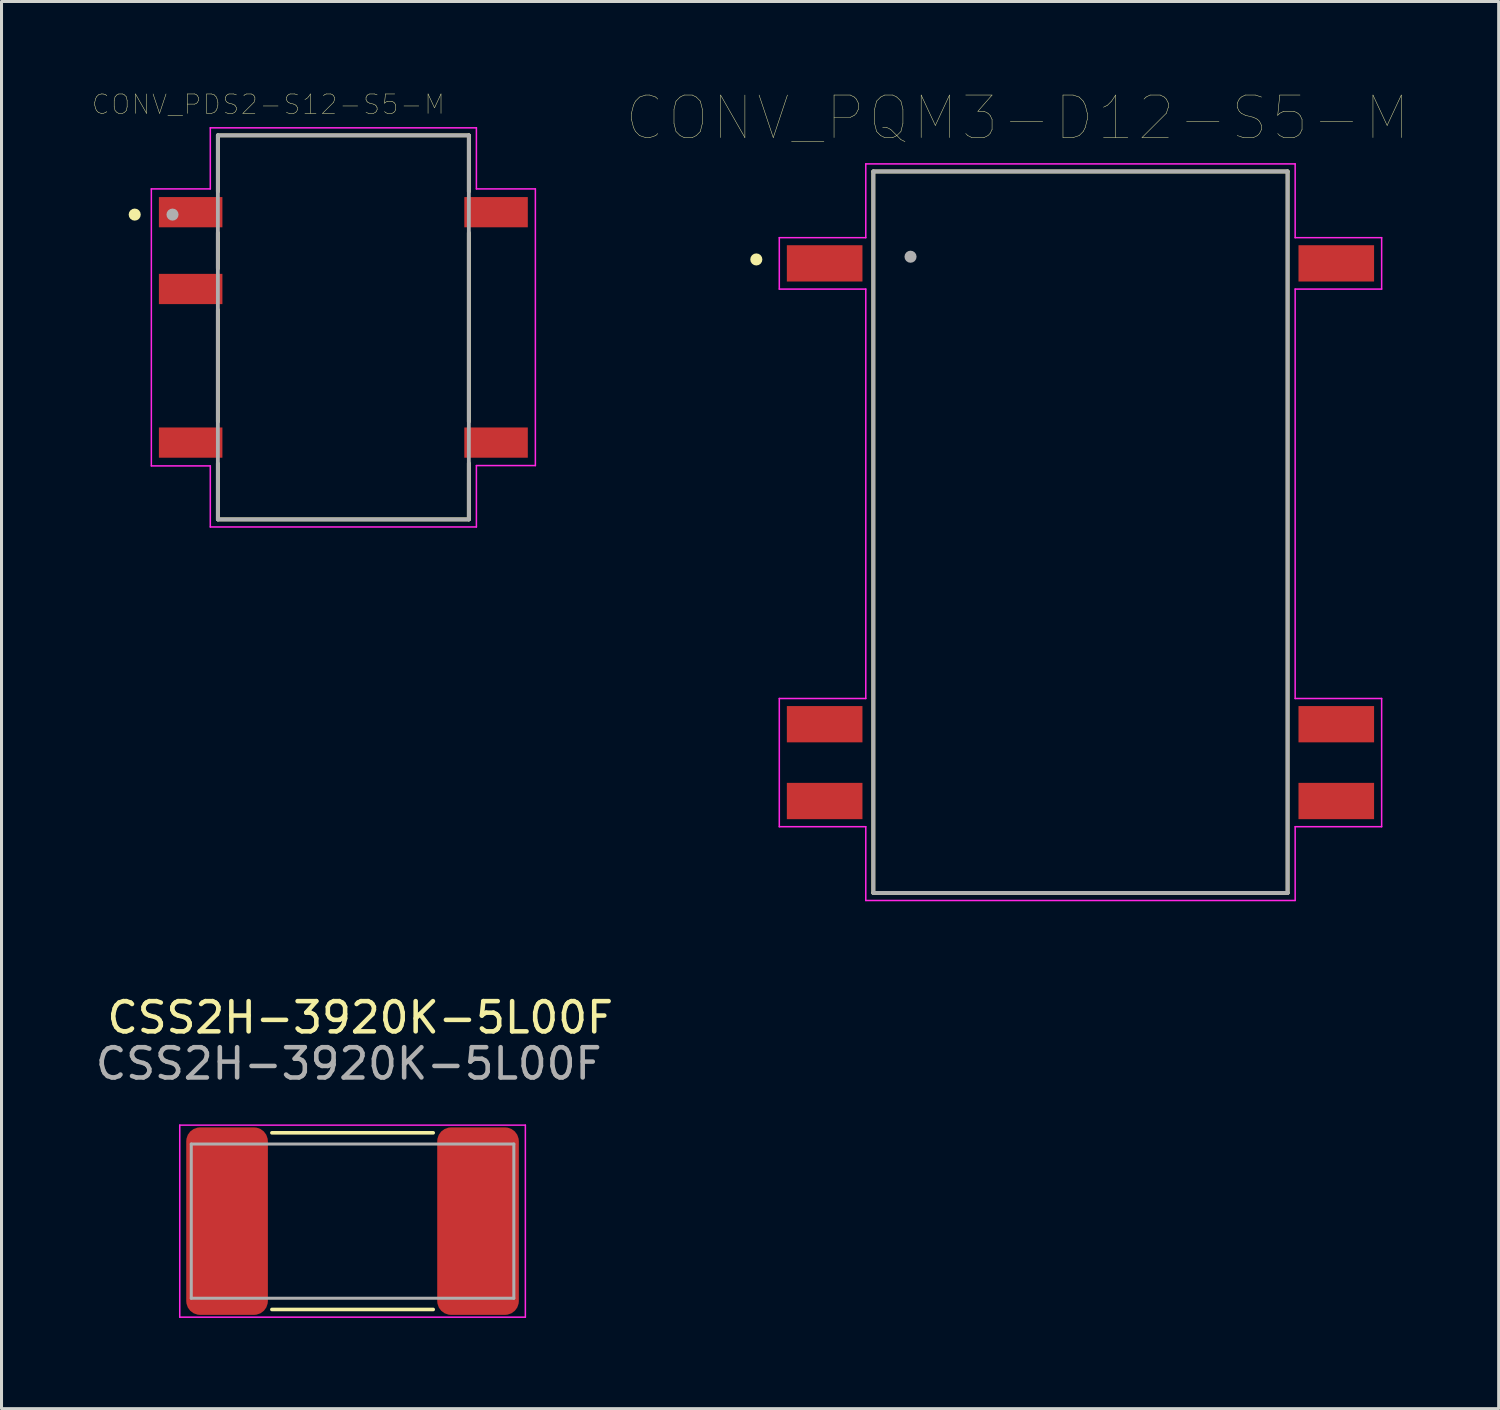
<source format=kicad_pcb>
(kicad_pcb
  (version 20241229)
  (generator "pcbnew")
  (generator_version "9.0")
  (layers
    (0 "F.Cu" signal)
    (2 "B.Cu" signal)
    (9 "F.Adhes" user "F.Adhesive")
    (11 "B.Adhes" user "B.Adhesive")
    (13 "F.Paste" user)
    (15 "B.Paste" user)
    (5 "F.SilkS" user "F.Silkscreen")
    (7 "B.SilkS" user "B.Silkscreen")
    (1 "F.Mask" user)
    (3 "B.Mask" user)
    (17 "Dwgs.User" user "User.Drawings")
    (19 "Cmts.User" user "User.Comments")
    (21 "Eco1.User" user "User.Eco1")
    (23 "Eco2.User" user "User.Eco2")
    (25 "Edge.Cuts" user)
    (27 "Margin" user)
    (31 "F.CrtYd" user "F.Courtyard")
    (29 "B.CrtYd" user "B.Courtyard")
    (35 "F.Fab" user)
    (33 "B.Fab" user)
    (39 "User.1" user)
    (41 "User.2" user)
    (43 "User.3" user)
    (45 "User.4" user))
  (footprint "CONV_PQM3-D12-S5-M"
    (layer "F.Cu")
    (at 32.682 14.55)
    (property "Reference" "CONV_PQM3-D12-S5-M" (at -2.086 -13.7 0) (layer "F.SilkS") (effects (font (size 1.407 1.407) (thickness 0.015))))
    (attr through_hole)
    (fp_line (start -6.85 -11.93) (end -6.85 11.93) (stroke (width 0.127) (type solid)) (layer "F.SilkS"))
    (fp_line (start -6.85 11.93) (end 6.85 11.93) (stroke (width 0.127) (type solid)) (layer "F.SilkS"))
    (fp_line (start 6.85 -11.93) (end -6.85 -11.93) (stroke (width 0.127) (type solid)) (layer "F.SilkS"))
    (fp_line (start 6.85 11.93) (end 6.85 -11.93) (stroke (width 0.127) (type solid)) (layer "F.SilkS"))
    (fp_circle (center -10.72 -9.02) (end -10.62 -9.02) (stroke (width 0.2) (type solid)) (fill no) (layer "F.SilkS"))
    (fp_line (start -9.96 -8.04) (end -9.96 -9.74) (stroke (width 0.05) (type solid)) (layer "F.CrtYd"))
    (fp_line (start -9.96 -8.04) (end -7.1 -8.04) (stroke (width 0.05) (type solid)) (layer "F.CrtYd"))
    (fp_line (start -9.96 5.5) (end -9.96 9.74) (stroke (width 0.05) (type solid)) (layer "F.CrtYd"))
    (fp_line (start -9.96 9.74) (end -7.1 9.74) (stroke (width 0.05) (type solid)) (layer "F.CrtYd"))
    (fp_line (start -7.1 -12.18) (end -7.1 -9.74) (stroke (width 0.05) (type solid)) (layer "F.CrtYd"))
    (fp_line (start -7.1 -9.74) (end -9.96 -9.74) (stroke (width 0.05) (type solid)) (layer "F.CrtYd"))
    (fp_line (start -7.1 -8.04) (end -7.1 5.5) (stroke (width 0.05) (type solid)) (layer "F.CrtYd"))
    (fp_line (start -7.1 5.5) (end -9.96 5.5) (stroke (width 0.05) (type solid)) (layer "F.CrtYd"))
    (fp_line (start -7.1 9.74) (end -7.1 12.18) (stroke (width 0.05) (type solid)) (layer "F.CrtYd"))
    (fp_line (start -7.1 12.18) (end 7.1 12.18) (stroke (width 0.05) (type solid)) (layer "F.CrtYd"))
    (fp_line (start 7.1 -12.18) (end -7.1 -12.18) (stroke (width 0.05) (type solid)) (layer "F.CrtYd"))
    (fp_line (start 7.1 -9.74) (end 7.1 -12.18) (stroke (width 0.05) (type solid)) (layer "F.CrtYd"))
    (fp_line (start 7.1 -8.04) (end 9.96 -8.04) (stroke (width 0.05) (type solid)) (layer "F.CrtYd"))
    (fp_line (start 7.1 5.5) (end 7.1 -8.04) (stroke (width 0.05) (type solid)) (layer "F.CrtYd"))
    (fp_line (start 7.1 9.74) (end 9.96 9.74) (stroke (width 0.05) (type solid)) (layer "F.CrtYd"))
    (fp_line (start 7.1 12.18) (end 7.1 9.74) (stroke (width 0.05) (type solid)) (layer "F.CrtYd"))
    (fp_line (start 9.96 -9.74) (end 7.1 -9.74) (stroke (width 0.05) (type solid)) (layer "F.CrtYd"))
    (fp_line (start 9.96 -8.04) (end 9.96 -9.74) (stroke (width 0.05) (type solid)) (layer "F.CrtYd"))
    (fp_line (start 9.96 5.5) (end 7.1 5.5) (stroke (width 0.05) (type solid)) (layer "F.CrtYd"))
    (fp_line (start 9.96 9.74) (end 9.96 5.5) (stroke (width 0.05) (type solid)) (layer "F.CrtYd"))
    (fp_line (start -6.85 -11.93) (end -6.85 11.93) (stroke (width 0.127) (type solid)) (layer "F.Fab"))
    (fp_line (start -6.85 11.93) (end 6.85 11.93) (stroke (width 0.127) (type solid)) (layer "F.Fab"))
    (fp_line (start 6.85 -11.93) (end -6.85 -11.93) (stroke (width 0.127) (type solid)) (layer "F.Fab"))
    (fp_line (start 6.85 11.93) (end 6.85 -11.93) (stroke (width 0.127) (type solid)) (layer "F.Fab"))
    (fp_circle (center -5.62 -9.11) (end -5.52 -9.11) (stroke (width 0.2) (type solid)) (fill no) (layer "F.Fab"))
    (pad "1" smd rect (at -8.46 -8.89) (size 2.5 1.2) (layers "F.Cu" "F.Mask" "F.Paste"))
    (pad "7" smd rect (at -8.46 6.35) (size 2.5 1.2) (layers "F.Cu" "F.Mask" "F.Paste"))
    (pad "8" smd rect (at -8.46 8.89) (size 2.5 1.2) (layers "F.Cu" "F.Mask" "F.Paste"))
    (pad "9" smd rect (at 8.46 8.89) (size 2.5 1.2) (layers "F.Cu" "F.Mask" "F.Paste"))
    (pad "10" smd rect (at 8.46 6.35) (size 2.5 1.2) (layers "F.Cu" "F.Mask" "F.Paste"))
    (pad "16" smd rect (at 8.46 -8.89) (size 2.5 1.2) (layers "F.Cu" "F.Mask" "F.Paste")))
  (footprint "CONV_PDS2-S12-S5-M"
    (layer "F.Cu")
    (at 8.305 7.777)
    (property "Reference" "CONV_PDS2-S12-S5-M" (at -2.481 -7.374 0) (layer "F.SilkS") (effects (font (size 0.643 0.643) (thickness 0.015))))
    (attr through_hole)
    (fp_line (start -4.15 -6.35) (end -4.15 -4.49) (stroke (width 0.127) (type solid)) (layer "F.SilkS"))
    (fp_line (start -4.15 -6.35) (end 4.15 -6.35) (stroke (width 0.127) (type solid)) (layer "F.SilkS"))
    (fp_line (start -4.15 -3.13) (end -4.15 -1.95) (stroke (width 0.127) (type solid)) (layer "F.SilkS"))
    (fp_line (start -4.15 -0.58) (end -4.15 3.12) (stroke (width 0.127) (type solid)) (layer "F.SilkS"))
    (fp_line (start -4.15 6.35) (end -4.15 4.5) (stroke (width 0.127) (type solid)) (layer "F.SilkS"))
    (fp_line (start 4.15 -6.35) (end 4.15 -4.49) (stroke (width 0.127) (type solid)) (layer "F.SilkS"))
    (fp_line (start 4.15 3.12) (end 4.15 -3.13) (stroke (width 0.127) (type solid)) (layer "F.SilkS"))
    (fp_line (start 4.15 6.35) (end -4.15 6.35) (stroke (width 0.127) (type solid)) (layer "F.SilkS"))
    (fp_line (start 4.15 6.35) (end 4.15 4.49) (stroke (width 0.127) (type solid)) (layer "F.SilkS"))
    (fp_circle (center -6.9 -3.73) (end -6.8 -3.73) (stroke (width 0.2) (type solid)) (fill no) (layer "F.SilkS"))
    (fp_line (start -6.35 -4.58) (end -4.4 -4.58) (stroke (width 0.05) (type solid)) (layer "F.CrtYd"))
    (fp_line (start -6.35 4.58) (end -6.35 -4.58) (stroke (width 0.05) (type solid)) (layer "F.CrtYd"))
    (fp_line (start -4.4 -6.6) (end 4.4 -6.6) (stroke (width 0.05) (type solid)) (layer "F.CrtYd"))
    (fp_line (start -4.4 -4.58) (end -4.4 -6.6) (stroke (width 0.05) (type solid)) (layer "F.CrtYd"))
    (fp_line (start -4.4 4.58) (end -6.35 4.58) (stroke (width 0.05) (type solid)) (layer "F.CrtYd"))
    (fp_line (start -4.4 6.6) (end -4.4 4.58) (stroke (width 0.05) (type solid)) (layer "F.CrtYd"))
    (fp_line (start 4.4 -6.6) (end 4.4 -4.58) (stroke (width 0.05) (type solid)) (layer "F.CrtYd"))
    (fp_line (start 4.4 -4.58) (end 6.35 -4.58) (stroke (width 0.05) (type solid)) (layer "F.CrtYd"))
    (fp_line (start 4.4 4.57) (end 4.4 6.6) (stroke (width 0.05) (type solid)) (layer "F.CrtYd"))
    (fp_line (start 4.4 6.6) (end -4.4 6.6) (stroke (width 0.05) (type solid)) (layer "F.CrtYd"))
    (fp_line (start 6.35 -4.58) (end 6.35 4.57) (stroke (width 0.05) (type solid)) (layer "F.CrtYd"))
    (fp_line (start 6.35 4.57) (end 4.4 4.57) (stroke (width 0.05) (type solid)) (layer "F.CrtYd"))
    (fp_line (start -4.15 -6.35) (end 4.15 -6.35) (stroke (width 0.127) (type solid)) (layer "F.Fab"))
    (fp_line (start -4.15 6.35) (end -4.15 -6.35) (stroke (width 0.127) (type solid)) (layer "F.Fab"))
    (fp_line (start 4.15 -6.35) (end 4.15 6.35) (stroke (width 0.127) (type solid)) (layer "F.Fab"))
    (fp_line (start 4.15 6.35) (end -4.15 6.35) (stroke (width 0.127) (type solid)) (layer "F.Fab"))
    (fp_circle (center -5.65 -3.73) (end -5.55 -3.73) (stroke (width 0.2) (type solid)) (fill no) (layer "F.Fab"))
    (pad "1" smd rect (at -5.05 -3.81) (size 2.1 1) (layers "F.Cu" "F.Mask" "F.Paste"))
    (pad "2" smd rect (at -5.05 -1.27) (size 2.1 1) (layers "F.Cu" "F.Mask" "F.Paste"))
    (pad "4" smd rect (at -5.05 3.81) (size 2.1 1) (layers "F.Cu" "F.Mask" "F.Paste"))
    (pad "5" smd rect (at 5.05 3.81) (size 2.1 1) (layers "F.Cu" "F.Mask" "F.Paste"))
    (pad "8" smd rect (at 5.05 -3.81) (size 2.1 1) (layers "F.Cu" "F.Mask" "F.Paste")))
  (footprint "CSS2H-3920K-5L00F"
    (layer "F.Cu")
    (at 8.609 37.334)
    (property "Reference" "CSS2H-3920K-5L00F" (at 0.254 -6.731 0) (layer "F.SilkS") (effects (font (size 1 1) (thickness 0.15))))
    (attr smd)
    (fp_line (start -2.667 -2.921) (end 2.667 -2.921) (stroke (width 0.12) (type solid)) (layer "F.SilkS"))
    (fp_line (start -2.667 2.921) (end 2.667 2.921) (stroke (width 0.12) (type solid)) (layer "F.SilkS"))
    (fp_line (start -5.715 -3.175) (end 5.715 -3.175) (stroke (width 0.05) (type solid)) (layer "F.CrtYd"))
    (fp_line (start -5.715 3.175) (end -5.715 -3.175) (stroke (width 0.05) (type solid)) (layer "F.CrtYd"))
    (fp_line (start 5.715 -3.175) (end 5.715 3.175) (stroke (width 0.05) (type solid)) (layer "F.CrtYd"))
    (fp_line (start 5.715 3.175) (end -5.715 3.175) (stroke (width 0.05) (type solid)) (layer "F.CrtYd"))
    (fp_line (start -5.334 -2.55) (end 5.334 -2.55) (stroke (width 0.1) (type solid)) (layer "F.Fab"))
    (fp_line (start -5.334 2.55) (end -5.334 -2.55) (stroke (width 0.1) (type solid)) (layer "F.Fab"))
    (fp_line (start 5.334 -2.55) (end 5.334 2.55) (stroke (width 0.1) (type solid)) (layer "F.Fab"))
    (fp_line (start 5.334 2.55) (end -5.334 2.55) (stroke (width 0.1) (type solid)) (layer "F.Fab"))
    (fp_text user "${REFERENCE}" (at -0.127 -5.207 0) (layer "F.Fab") (effects (font (size 1 1) (thickness 0.15))))
    (pad "1" smd roundrect (at -4.15 0) (size 2.7 6.2) (layers "F.Cu" "F.Mask" "F.Paste") (roundrect_rratio 0.169))
    (pad "2" smd roundrect (at 4.15 0) (size 2.7 6.2) (layers "F.Cu" "F.Mask" "F.Paste") (roundrect_rratio 0.169)))
  (gr_rect
    (start -3 -3)
    (end 46.512 43.534)
    (stroke (width 0.1) (type default))
    (fill no)
    (layer "Edge.Cuts")))
</source>
